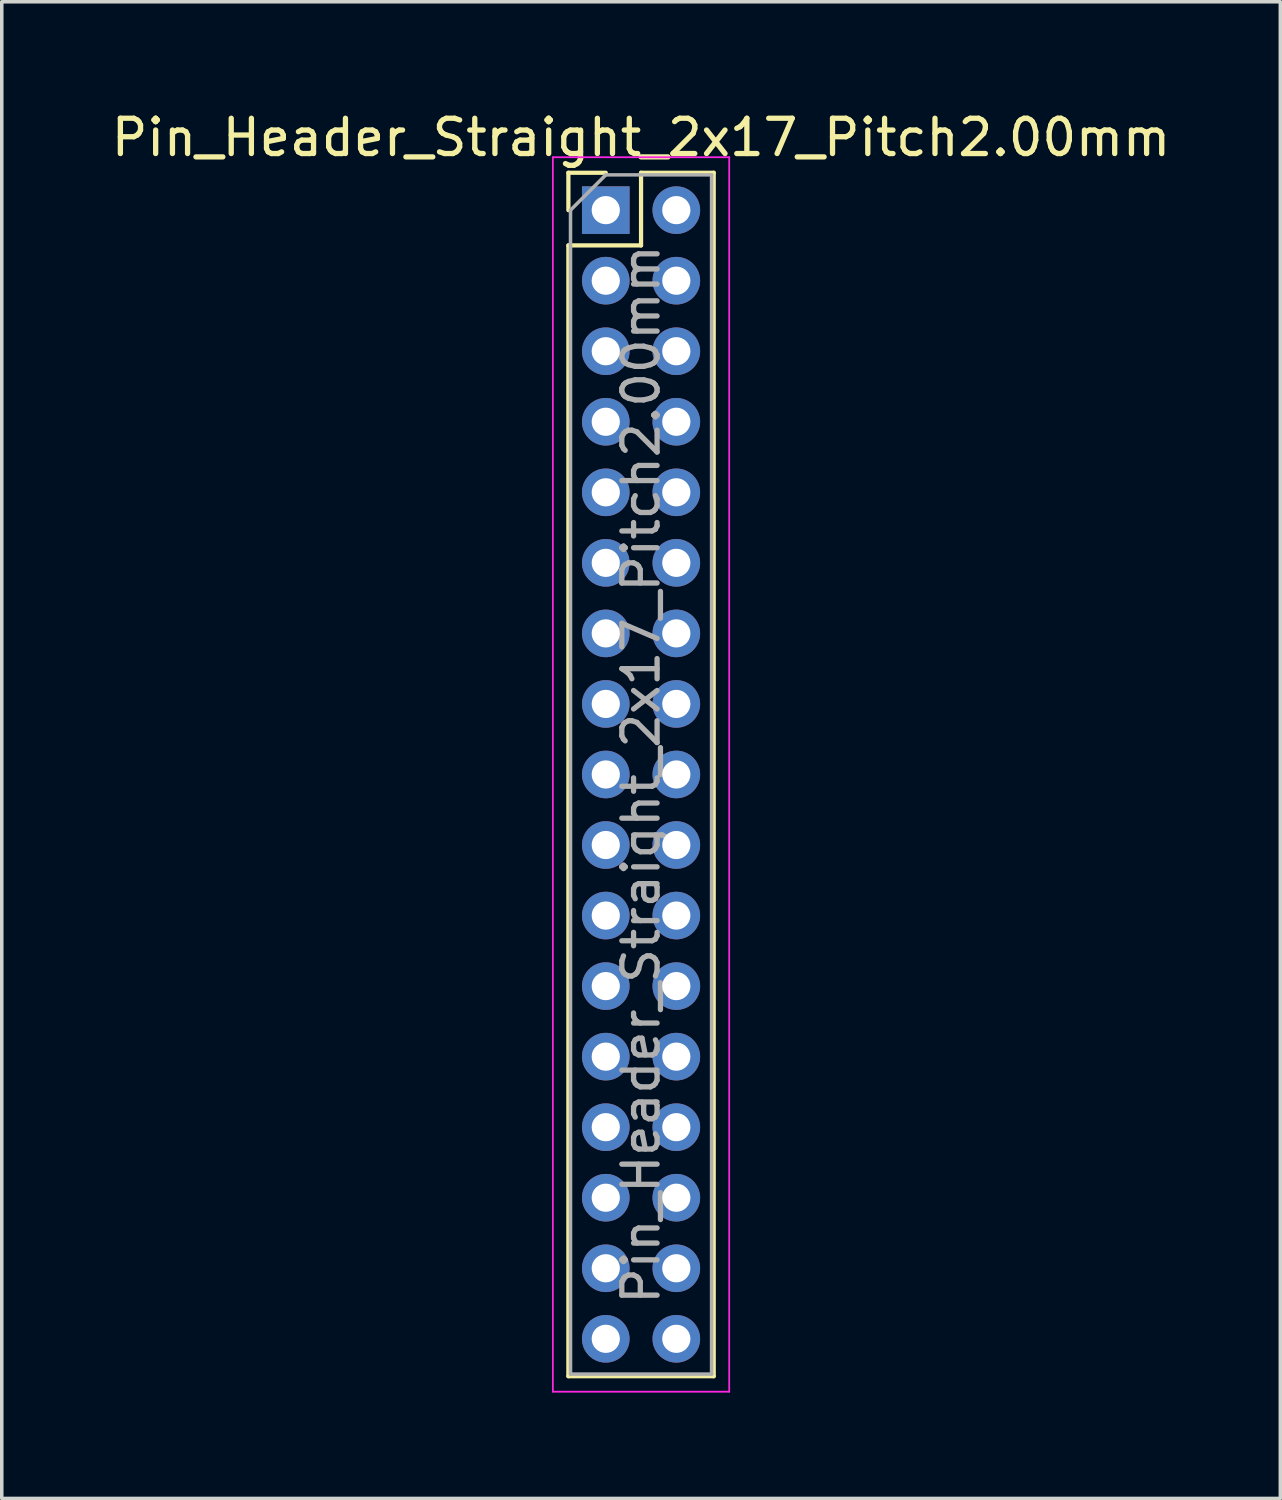
<source format=kicad_pcb>
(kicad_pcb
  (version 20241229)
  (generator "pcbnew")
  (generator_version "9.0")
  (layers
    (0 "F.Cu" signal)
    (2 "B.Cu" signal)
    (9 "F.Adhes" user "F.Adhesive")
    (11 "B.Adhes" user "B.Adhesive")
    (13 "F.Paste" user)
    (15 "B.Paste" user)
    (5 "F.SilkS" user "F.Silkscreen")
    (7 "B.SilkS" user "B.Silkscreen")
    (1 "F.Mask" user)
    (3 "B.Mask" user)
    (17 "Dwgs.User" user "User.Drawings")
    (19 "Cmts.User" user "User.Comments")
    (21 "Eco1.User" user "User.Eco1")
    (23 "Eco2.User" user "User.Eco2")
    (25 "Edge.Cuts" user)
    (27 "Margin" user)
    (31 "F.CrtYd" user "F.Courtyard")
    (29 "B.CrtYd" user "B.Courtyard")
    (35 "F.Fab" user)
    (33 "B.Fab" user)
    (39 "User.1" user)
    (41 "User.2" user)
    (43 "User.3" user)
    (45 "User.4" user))
  (footprint "Pin_Header_Straight_2x17_Pitch2.00mm"
    (layer "F.Cu")
    (at 14.125 2.908)
    (property "Reference" "Pin_Header_Straight_2x17_Pitch2.00mm" (at 1 -2.06 0) (layer "F.SilkS") (effects (font (size 1 1) (thickness 0.15))))
    (attr through_hole)
    (fp_line (start -1.06 -1.06) (end 0 -1.06) (stroke (width 0.12) (type solid)) (layer "F.SilkS"))
    (fp_line (start -1.06 0) (end -1.06 -1.06) (stroke (width 0.12) (type solid)) (layer "F.SilkS"))
    (fp_line (start -1.06 1) (end -1.06 33.06) (stroke (width 0.12) (type solid)) (layer "F.SilkS"))
    (fp_line (start -1.06 1) (end 1 1) (stroke (width 0.12) (type solid)) (layer "F.SilkS"))
    (fp_line (start -1.06 33.06) (end 3.06 33.06) (stroke (width 0.12) (type solid)) (layer "F.SilkS"))
    (fp_line (start 1 -1.06) (end 3.06 -1.06) (stroke (width 0.12) (type solid)) (layer "F.SilkS"))
    (fp_line (start 1 1) (end 1 -1.06) (stroke (width 0.12) (type solid)) (layer "F.SilkS"))
    (fp_line (start 3.06 -1.06) (end 3.06 33.06) (stroke (width 0.12) (type solid)) (layer "F.SilkS"))
    (fp_line (start -1.5 -1.5) (end -1.5 33.5) (stroke (width 0.05) (type solid)) (layer "F.CrtYd"))
    (fp_line (start -1.5 33.5) (end 3.5 33.5) (stroke (width 0.05) (type solid)) (layer "F.CrtYd"))
    (fp_line (start 3.5 -1.5) (end -1.5 -1.5) (stroke (width 0.05) (type solid)) (layer "F.CrtYd"))
    (fp_line (start 3.5 33.5) (end 3.5 -1.5) (stroke (width 0.05) (type solid)) (layer "F.CrtYd"))
    (fp_line (start -1 0) (end 0 -1) (stroke (width 0.1) (type solid)) (layer "F.Fab"))
    (fp_line (start -1 33) (end -1 0) (stroke (width 0.1) (type solid)) (layer "F.Fab"))
    (fp_line (start 0 -1) (end 3 -1) (stroke (width 0.1) (type solid)) (layer "F.Fab"))
    (fp_line (start 3 -1) (end 3 33) (stroke (width 0.1) (type solid)) (layer "F.Fab"))
    (fp_line (start 3 33) (end -1 33) (stroke (width 0.1) (type solid)) (layer "F.Fab"))
    (fp_text user "${REFERENCE}" (at 1 16 90) (layer "F.Fab") (effects (font (size 1 1) (thickness 0.15))))
    (pad "1" thru_hole rect (at 0 0) (size 1.35 1.35) (drill 0.8) (layers "*.Cu" "*.Mask"))
    (pad "2" thru_hole oval (at 2 0) (size 1.35 1.35) (drill 0.8) (layers "*.Cu" "*.Mask"))
    (pad "3" thru_hole oval (at 0 2) (size 1.35 1.35) (drill 0.8) (layers "*.Cu" "*.Mask"))
    (pad "4" thru_hole oval (at 2 2) (size 1.35 1.35) (drill 0.8) (layers "*.Cu" "*.Mask"))
    (pad "5" thru_hole oval (at 0 4) (size 1.35 1.35) (drill 0.8) (layers "*.Cu" "*.Mask"))
    (pad "6" thru_hole oval (at 2 4) (size 1.35 1.35) (drill 0.8) (layers "*.Cu" "*.Mask"))
    (pad "7" thru_hole oval (at 0 6) (size 1.35 1.35) (drill 0.8) (layers "*.Cu" "*.Mask"))
    (pad "8" thru_hole oval (at 2 6) (size 1.35 1.35) (drill 0.8) (layers "*.Cu" "*.Mask"))
    (pad "9" thru_hole oval (at 0 8) (size 1.35 1.35) (drill 0.8) (layers "*.Cu" "*.Mask"))
    (pad "10" thru_hole oval (at 2 8) (size 1.35 1.35) (drill 0.8) (layers "*.Cu" "*.Mask"))
    (pad "11" thru_hole oval (at 0 10) (size 1.35 1.35) (drill 0.8) (layers "*.Cu" "*.Mask"))
    (pad "12" thru_hole oval (at 2 10) (size 1.35 1.35) (drill 0.8) (layers "*.Cu" "*.Mask"))
    (pad "13" thru_hole oval (at 0 12) (size 1.35 1.35) (drill 0.8) (layers "*.Cu" "*.Mask"))
    (pad "14" thru_hole oval (at 2 12) (size 1.35 1.35) (drill 0.8) (layers "*.Cu" "*.Mask"))
    (pad "15" thru_hole oval (at 0 14) (size 1.35 1.35) (drill 0.8) (layers "*.Cu" "*.Mask"))
    (pad "16" thru_hole oval (at 2 14) (size 1.35 1.35) (drill 0.8) (layers "*.Cu" "*.Mask"))
    (pad "17" thru_hole oval (at 0 16) (size 1.35 1.35) (drill 0.8) (layers "*.Cu" "*.Mask"))
    (pad "18" thru_hole oval (at 2 16) (size 1.35 1.35) (drill 0.8) (layers "*.Cu" "*.Mask"))
    (pad "19" thru_hole oval (at 0 18) (size 1.35 1.35) (drill 0.8) (layers "*.Cu" "*.Mask"))
    (pad "20" thru_hole oval (at 2 18) (size 1.35 1.35) (drill 0.8) (layers "*.Cu" "*.Mask"))
    (pad "21" thru_hole oval (at 0 20) (size 1.35 1.35) (drill 0.8) (layers "*.Cu" "*.Mask"))
    (pad "22" thru_hole oval (at 2 20) (size 1.35 1.35) (drill 0.8) (layers "*.Cu" "*.Mask"))
    (pad "23" thru_hole oval (at 0 22) (size 1.35 1.35) (drill 0.8) (layers "*.Cu" "*.Mask"))
    (pad "24" thru_hole oval (at 2 22) (size 1.35 1.35) (drill 0.8) (layers "*.Cu" "*.Mask"))
    (pad "25" thru_hole oval (at 0 24) (size 1.35 1.35) (drill 0.8) (layers "*.Cu" "*.Mask"))
    (pad "26" thru_hole oval (at 2 24) (size 1.35 1.35) (drill 0.8) (layers "*.Cu" "*.Mask"))
    (pad "27" thru_hole oval (at 0 26) (size 1.35 1.35) (drill 0.8) (layers "*.Cu" "*.Mask"))
    (pad "28" thru_hole oval (at 2 26) (size 1.35 1.35) (drill 0.8) (layers "*.Cu" "*.Mask"))
    (pad "29" thru_hole oval (at 0 28) (size 1.35 1.35) (drill 0.8) (layers "*.Cu" "*.Mask"))
    (pad "30" thru_hole oval (at 2 28) (size 1.35 1.35) (drill 0.8) (layers "*.Cu" "*.Mask"))
    (pad "31" thru_hole oval (at 0 30) (size 1.35 1.35) (drill 0.8) (layers "*.Cu" "*.Mask"))
    (pad "32" thru_hole oval (at 2 30) (size 1.35 1.35) (drill 0.8) (layers "*.Cu" "*.Mask"))
    (pad "33" thru_hole oval (at 0 32) (size 1.35 1.35) (drill 0.8) (layers "*.Cu" "*.Mask"))
    (pad "34" thru_hole oval (at 2 32) (size 1.35 1.35) (drill 0.8) (layers "*.Cu" "*.Mask")))
  (gr_rect
    (start -3 -3)
    (end 33.25 39.433)
    (stroke (width 0.1) (type default))
    (fill no)
    (layer "Edge.Cuts")))
</source>
